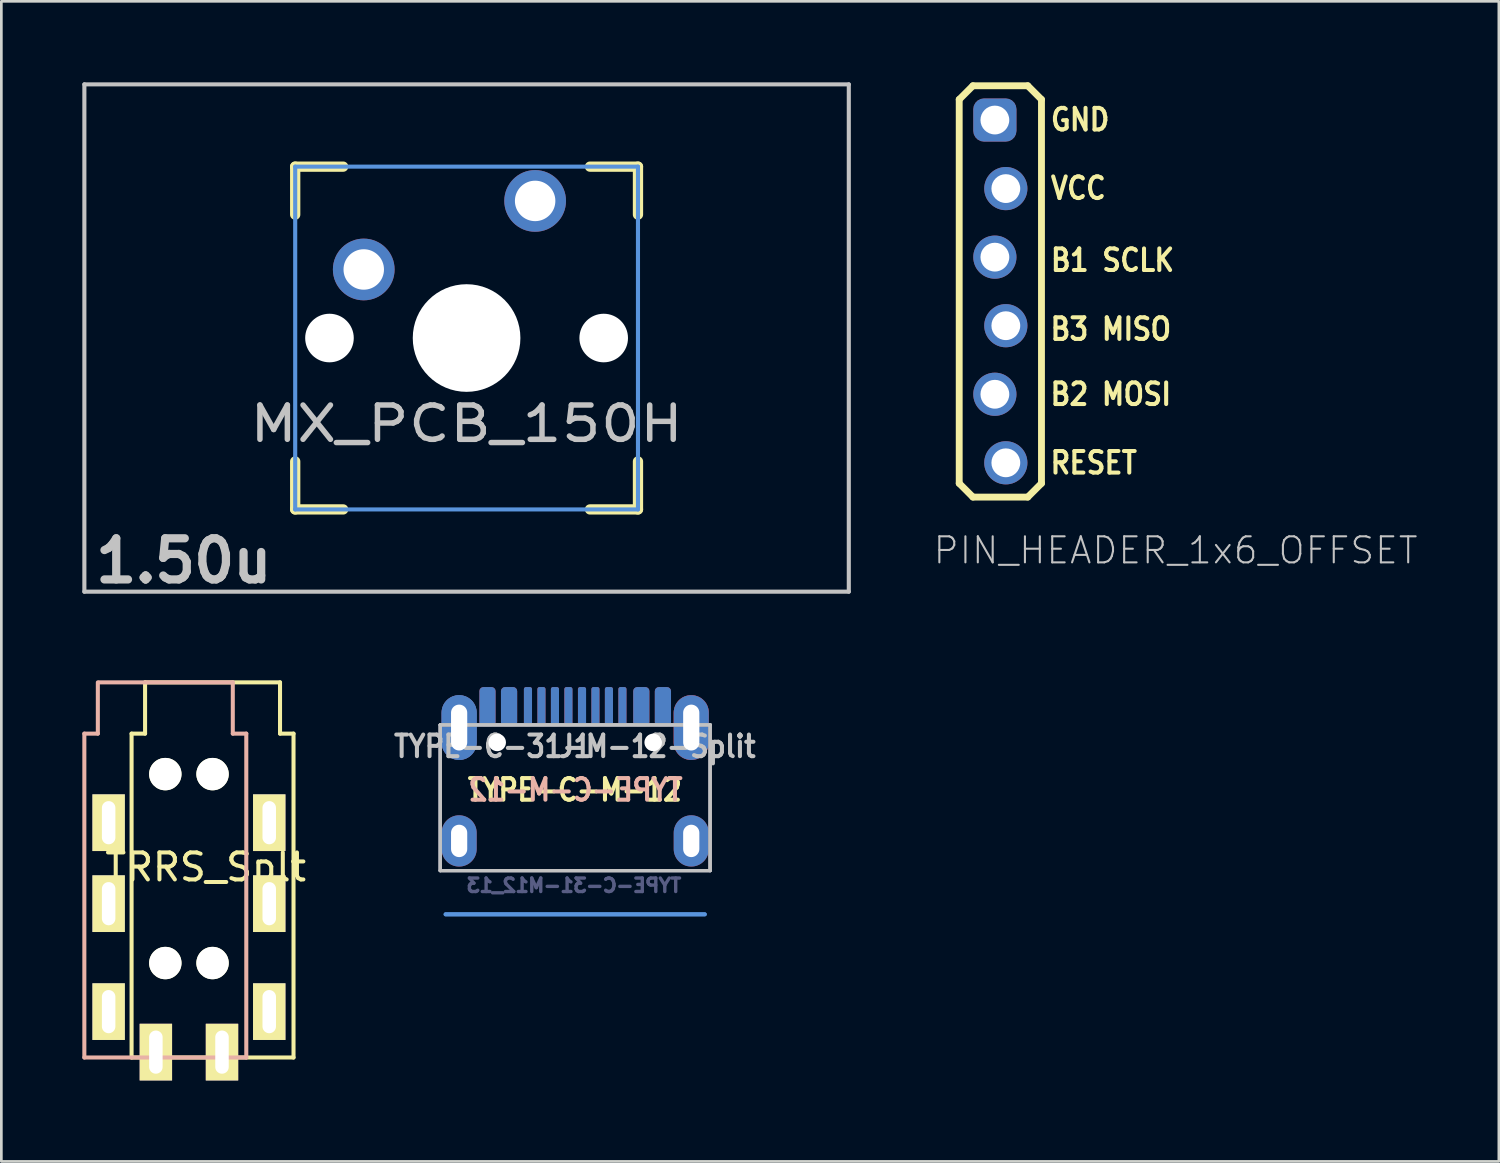
<source format=kicad_pcb>
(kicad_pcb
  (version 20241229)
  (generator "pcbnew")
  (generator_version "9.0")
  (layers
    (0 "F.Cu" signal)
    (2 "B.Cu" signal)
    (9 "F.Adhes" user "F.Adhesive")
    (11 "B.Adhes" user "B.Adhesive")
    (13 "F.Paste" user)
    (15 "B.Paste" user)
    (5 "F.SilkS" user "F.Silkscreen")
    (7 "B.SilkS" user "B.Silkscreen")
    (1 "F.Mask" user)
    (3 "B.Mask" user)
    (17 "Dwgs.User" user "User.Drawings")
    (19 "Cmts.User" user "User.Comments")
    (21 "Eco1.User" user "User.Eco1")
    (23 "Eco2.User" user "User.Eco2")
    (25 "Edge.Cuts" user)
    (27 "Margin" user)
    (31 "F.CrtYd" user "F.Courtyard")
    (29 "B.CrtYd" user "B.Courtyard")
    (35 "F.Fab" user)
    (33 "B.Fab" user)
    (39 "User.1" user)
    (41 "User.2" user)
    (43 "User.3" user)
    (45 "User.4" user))
  (footprint "MX_PCB_150H"
    (layer "F.Cu")
    (at 14.237 9.474)
    (property "Reference" "MX_PCB_150H" (at 0 3.175 0) (layer "Dwgs.User") (effects (font (size 1.27 1.524) (thickness 0.203))))
    (attr through_hole)
    (fp_line (start -6.35 -6.35) (end -4.572 -6.35) (stroke (width 0.381) (type solid)) (layer "F.SilkS"))
    (fp_line (start -6.35 -4.572) (end -6.35 -6.35) (stroke (width 0.381) (type solid)) (layer "F.SilkS"))
    (fp_line (start -6.35 6.35) (end -6.35 4.572) (stroke (width 0.381) (type solid)) (layer "F.SilkS"))
    (fp_line (start -4.572 6.35) (end -6.35 6.35) (stroke (width 0.381) (type solid)) (layer "F.SilkS"))
    (fp_line (start 4.572 -6.35) (end 6.35 -6.35) (stroke (width 0.381) (type solid)) (layer "F.SilkS"))
    (fp_line (start 6.35 -6.35) (end 6.35 -4.572) (stroke (width 0.381) (type solid)) (layer "F.SilkS"))
    (fp_line (start 6.35 4.572) (end 6.35 6.35) (stroke (width 0.381) (type solid)) (layer "F.SilkS"))
    (fp_line (start 6.35 6.35) (end 4.572 6.35) (stroke (width 0.381) (type solid)) (layer "F.SilkS"))
    (fp_line (start -14.161 -9.398) (end 14.161 -9.398) (stroke (width 0.152) (type solid)) (layer "Dwgs.User"))
    (fp_line (start -14.161 9.398) (end -14.161 -9.398) (stroke (width 0.152) (type solid)) (layer "Dwgs.User"))
    (fp_line (start 14.161 -9.398) (end 14.161 9.398) (stroke (width 0.152) (type solid)) (layer "Dwgs.User"))
    (fp_line (start 14.161 9.398) (end -14.161 9.398) (stroke (width 0.152) (type solid)) (layer "Dwgs.User"))
    (fp_line (start -6.35 -6.35) (end 6.35 -6.35) (stroke (width 0.152) (type solid)) (layer "Cmts.User"))
    (fp_line (start -6.35 6.35) (end -6.35 -6.35) (stroke (width 0.152) (type solid)) (layer "Cmts.User"))
    (fp_line (start 6.35 -6.35) (end 6.35 6.35) (stroke (width 0.152) (type solid)) (layer "Cmts.User"))
    (fp_line (start 6.35 6.35) (end -6.35 6.35) (stroke (width 0.152) (type solid)) (layer "Cmts.User"))
    (fp_line (start -6.985 -6.985) (end 6.985 -6.985) (stroke (width 0.152) (type solid)) (layer "Eco2.User"))
    (fp_line (start -6.985 6.985) (end -6.985 -6.985) (stroke (width 0.152) (type solid)) (layer "Eco2.User"))
    (fp_line (start 6.985 -6.985) (end 6.985 6.985) (stroke (width 0.152) (type solid)) (layer "Eco2.User"))
    (fp_line (start 6.985 6.985) (end -6.985 6.985) (stroke (width 0.152) (type solid)) (layer "Eco2.User"))
    (fp_text user "1.50u" (at -10.477 8.255 0) (layer "Dwgs.User") (effects (font (size 1.524 1.524) (thickness 0.305))))
    (pad "" np_thru_hole circle (at -5.08 0) (size 1.8 1.8) (drill 1.8) (layers "*.Cu" "*.Mask"))
    (pad "" np_thru_hole circle (at 0 0) (size 3.988 3.988) (drill 3.988) (layers "*.Cu" "*.Mask"))
    (pad "" np_thru_hole circle (at 5.08 0) (size 1.8 1.8) (drill 1.8) (layers "*.Cu" "*.Mask"))
    (pad "1" thru_hole circle (at 2.54 -5.08) (size 2.286 2.286) (drill 1.499) (layers "*.Cu" "*.Mask"))
    (pad "2" thru_hole circle (at -3.81 -2.54) (size 2.286 2.286) (drill 1.499) (layers "*.Cu" "*.Mask")))
  (footprint "TRRS_Splt"
    (layer "F.Cu")
    (at 4.571 31.878)
    (property "Reference" "TRRS_Splt" (at 0 -2.8 0) (layer "F.SilkS") (effects (font (size 1 1) (thickness 0.15))))
    (attr through_hole)
    (fp_line (start -2.746 -7.747) (end -2.246 -7.747) (stroke (width 0.15) (type solid)) (layer "F.SilkS"))
    (fp_line (start -2.746 4.253) (end -2.746 -7.747) (stroke (width 0.15) (type solid)) (layer "F.SilkS"))
    (fp_line (start -2.246 -9.647) (end 2.754 -9.647) (stroke (width 0.15) (type solid)) (layer "F.SilkS"))
    (fp_line (start -2.246 -7.747) (end -2.246 -9.647) (stroke (width 0.15) (type solid)) (layer "F.SilkS"))
    (fp_line (start 2.754 -7.747) (end 2.754 -9.647) (stroke (width 0.15) (type solid)) (layer "F.SilkS"))
    (fp_line (start 3.254 -7.747) (end 2.754 -7.747) (stroke (width 0.15) (type solid)) (layer "F.SilkS"))
    (fp_line (start 3.254 -7.747) (end 3.254 4.253) (stroke (width 0.15) (type solid)) (layer "F.SilkS"))
    (fp_line (start 3.254 4.253) (end -2.746 4.253) (stroke (width 0.15) (type solid)) (layer "F.SilkS"))
    (fp_line (start -4.496 -7.747) (end -3.996 -7.747) (stroke (width 0.15) (type solid)) (layer "B.SilkS"))
    (fp_line (start -4.496 4.253) (end -4.496 -7.747) (stroke (width 0.15) (type solid)) (layer "B.SilkS"))
    (fp_line (start -3.996 -7.747) (end -3.996 -9.647) (stroke (width 0.15) (type solid)) (layer "B.SilkS"))
    (fp_line (start -3.946 -9.647) (end 1.004 -9.647) (stroke (width 0.15) (type solid)) (layer "B.SilkS"))
    (fp_line (start 1.004 -7.747) (end 1.004 -9.647) (stroke (width 0.15) (type solid)) (layer "B.SilkS"))
    (fp_line (start 1.504 -7.747) (end 1.004 -7.747) (stroke (width 0.15) (type solid)) (layer "B.SilkS"))
    (fp_line (start 1.504 -7.747) (end 1.504 4.253) (stroke (width 0.15) (type solid)) (layer "B.SilkS"))
    (fp_line (start 1.504 4.253) (end -4.496 4.253) (stroke (width 0.15) (type solid)) (layer "B.SilkS"))
    (pad "" np_thru_hole circle (at -1.496 -6.247) (size 1.2 1.2) (drill 1.2) (layers "*.Cu" "*.Mask" "F.SilkS"))
    (pad "" np_thru_hole circle (at -1.496 0.753) (size 1.2 1.2) (drill 1.2) (layers "*.Cu" "*.Mask" "F.SilkS"))
    (pad "" np_thru_hole circle (at 0.254 -6.247) (size 1.2 1.2) (drill 1.2) (layers "*.Cu" "*.Mask" "F.SilkS"))
    (pad "" np_thru_hole circle (at 0.254 0.753) (size 1.2 1.2) (drill 1.2) (layers "*.Cu" "*.Mask" "F.SilkS"))
    (pad "1" thru_hole rect (at -3.596 2.553) (size 1.2 2.1) (drill oval 0.5 1.6) (layers "*.Cu" "*.Mask" "F.SilkS"))
    (pad "1" thru_hole rect (at 2.354 2.553) (size 1.2 2.1) (drill oval 0.5 1.6) (layers "*.Cu" "*.Mask" "F.SilkS"))
    (pad "2" thru_hole rect (at -3.596 -1.447) (size 1.2 2.1) (drill oval 0.5 1.6) (layers "*.Cu" "*.Mask" "F.SilkS"))
    (pad "2" thru_hole rect (at 2.354 -1.447) (size 1.2 2.1) (drill oval 0.5 1.6) (layers "*.Cu" "*.Mask" "F.SilkS"))
    (pad "3" thru_hole rect (at -3.596 -4.447) (size 1.2 2.1) (drill oval 0.5 1.6) (layers "*.Cu" "*.Mask" "F.SilkS"))
    (pad "3" thru_hole rect (at 2.354 -4.447) (size 1.2 2.1) (drill oval 0.5 1.6) (layers "*.Cu" "*.Mask" "F.SilkS"))
    (pad "4" thru_hole rect (at -1.846 4.053) (size 1.2 2.1) (drill oval 0.5 1.6) (layers "*.Cu" "*.Mask" "F.SilkS"))
    (pad "4" thru_hole rect (at 0.604 4.053) (size 1.2 2.1) (drill oval 0.5 1.6) (layers "*.Cu" "*.Mask" "F.SilkS")))
  (footprint "PIN_HEADER_1x6_OFFSET"
    (layer "F.Cu")
    (at 34.013 7.747)
    (property "Reference" "PIN_HEADER_1x6_OFFSET" (at -2.54 10.16 0) (layer "Dwgs.User") (effects (font (size 0.965 0.965) (thickness 0.077)) (justify left bottom)))
    (attr through_hole)
    (fp_line (start -1.524 -7.112) (end -1.016 -7.62) (stroke (width 0.254) (type solid)) (layer "F.SilkS"))
    (fp_line (start -1.524 7.112) (end -1.524 -7.112) (stroke (width 0.254) (type solid)) (layer "F.SilkS"))
    (fp_line (start -1.016 -7.62) (end 1.016 -7.62) (stroke (width 0.254) (type solid)) (layer "F.SilkS"))
    (fp_line (start -1.016 7.62) (end -1.524 7.112) (stroke (width 0.254) (type solid)) (layer "F.SilkS"))
    (fp_line (start 1.016 -7.62) (end 1.524 -7.112) (stroke (width 0.254) (type solid)) (layer "F.SilkS"))
    (fp_line (start 1.016 7.62) (end -1.016 7.62) (stroke (width 0.254) (type solid)) (layer "F.SilkS"))
    (fp_line (start 1.524 -7.112) (end 1.524 7.112) (stroke (width 0.254) (type solid)) (layer "F.SilkS"))
    (fp_line (start 1.524 7.112) (end 1.016 7.62) (stroke (width 0.254) (type solid)) (layer "F.SilkS"))
    (fp_text user "RESET" (at 1.778 6.35 0) (layer "F.SilkS") (effects (font (size 0.8 0.7) (thickness 0.15)) (justify left)))
    (fp_text user "B1 SCLK" (at 1.791 -1.156 0) (layer "F.SilkS") (effects (font (size 0.8 0.7) (thickness 0.15)) (justify left)))
    (fp_text user "B2 MOSI" (at 1.778 3.81 0) (layer "F.SilkS") (effects (font (size 0.8 0.7) (thickness 0.15)) (justify left)))
    (fp_text user "VCC" (at 1.791 -3.823 0) (layer "F.SilkS") (effects (font (size 0.8 0.7) (thickness 0.15)) (justify left)))
    (fp_text user "B3 MISO" (at 1.778 1.397 0) (layer "F.SilkS") (effects (font (size 0.8 0.7) (thickness 0.15)) (justify left)))
    (fp_text user "GND" (at 1.791 -6.363 0) (layer "F.SilkS") (effects (font (size 0.8 0.7) (thickness 0.15)) (justify left)))
    (pad "1" thru_hole circle (at 0.203 6.35) (size 1.6 1.6) (drill 1.067) (layers "*.Cu" "*.Mask"))
    (pad "2" thru_hole circle (at 0.203 -3.81) (size 1.6 1.6) (drill 1.067) (layers "*.Cu" "*.Mask"))
    (pad "3" thru_hole circle (at 0.203 1.27) (size 1.6 1.6) (drill 1.067) (layers "*.Cu" "*.Mask"))
    (pad "4" thru_hole circle (at -0.203 3.81) (size 1.6 1.6) (drill 1.067) (layers "*.Cu" "*.Mask"))
    (pad "5" thru_hole circle (at -0.203 -1.27) (size 1.6 1.6) (drill 1.067) (layers "*.Cu" "*.Mask"))
    (pad "6" thru_hole roundrect (at -0.203 -6.35) (size 1.6 1.6) (drill 1.067) (layers "*.Cu" "*.Mask") (roundrect_rratio 0.25)))
  (footprint "TYPE-C-31-M-12-Split"
    (layer "F.Cu")
    (at 18.261 22.406)
    (property "Reference" "TYPE-C-31-M-12-Split" (at -0.013 2.197 180) (layer "Dwgs.User") (effects (font (size 0.8 0.7) (thickness 0.15))))
    (attr through_hole)
    (fp_line (start -5 1.4) (end -5 6.8) (stroke (width 0.12) (type solid)) (layer "Dwgs.User"))
    (fp_line (start -5 1.4) (end 5 1.4) (stroke (width 0.12) (type solid)) (layer "Dwgs.User"))
    (fp_line (start -5 6.8) (end -5 1.4) (stroke (width 0.12) (type solid)) (layer "Dwgs.User"))
    (fp_line (start -5 6.8) (end 5 6.8) (stroke (width 0.12) (type solid)) (layer "Dwgs.User"))
    (fp_line (start 5 1.4) (end -5 1.4) (stroke (width 0.12) (type solid)) (layer "Dwgs.User"))
    (fp_line (start 5 1.4) (end 5 6.8) (stroke (width 0.12) (type solid)) (layer "Dwgs.User"))
    (fp_line (start 5 6.8) (end -5 6.8) (stroke (width 0.12) (type solid)) (layer "Dwgs.User"))
    (fp_line (start 5 6.8) (end 5 1.4) (stroke (width 0.12) (type solid)) (layer "Dwgs.User"))
    (fp_line (start -4.8 8.42) (end 4.8 8.42) (stroke (width 0.15) (type solid)) (layer "Cmts.User"))
    (fp_line (start 4.8 8.42) (end -4.8 8.42) (stroke (width 0.15) (type solid)) (layer "Cmts.User"))
    (fp_line (start -5 1.4) (end 5 1.4) (stroke (width 0.12) (type solid)) (layer "B.Fab"))
    (fp_line (start -5 6.8) (end -5 1.4) (stroke (width 0.12) (type solid)) (layer "B.Fab"))
    (fp_line (start 5 1.4) (end 5 6.8) (stroke (width 0.12) (type solid)) (layer "B.Fab"))
    (fp_line (start 5 6.8) (end -5 6.8) (stroke (width 0.12) (type solid)) (layer "B.Fab"))
    (fp_line (start -5 1.4) (end -5 6.8) (stroke (width 0.12) (type solid)) (layer "F.Fab"))
    (fp_line (start -5 6.8) (end 5 6.8) (stroke (width 0.12) (type solid)) (layer "F.Fab"))
    (fp_line (start 5 1.4) (end -5 1.4) (stroke (width 0.12) (type solid)) (layer "F.Fab"))
    (fp_line (start 5 6.8) (end 5 1.4) (stroke (width 0.12) (type solid)) (layer "F.Fab"))
    (fp_text user "TYPE-C-M-12" (at -0.013 3.81 0) (layer "F.SilkS") (effects (font (size 0.8 0.7) (thickness 0.15))))
    (fp_text user "TYPE-C-M-12" (at 0.013 3.81 180) (layer "B.SilkS") (effects (font (size 0.8 0.7) (thickness 0.15)) (justify mirror)))
    (fp_text user "J1" (at 0.013 2.197 0) (layer "Dwgs.User") (effects (font (size 0.8 0.7) (thickness 0.15))))
    (fp_text user "TYPE-C-31-M12_13" (at -0.05 7.35 0) (layer "B.Fab") (effects (font (size 0.5 0.5) (thickness 0.125)) (justify mirror)))
    (pad "" np_thru_hole circle (at -2.89 2.051) (size 0.65 0.65) (drill 0.65) (layers "*.Cu" "*.Mask"))
    (pad "" np_thru_hole circle (at 2.89 2.051) (size 0.65 0.65) (drill 0.65) (layers "*.Cu" "*.Mask"))
    (pad "A1a" smd roundrect (at -3.25 1.275) (size 0.6 1.45) (drill (offset 0 -0.55)) (layers "F.Cu" "F.Mask" "F.Paste") (roundrect_rratio 0.25))
    (pad "A1b" smd roundrect (at 3.25 1.275 180) (size 0.6 1.45) (drill (offset 0 0.55)) (layers "B.Cu" "B.Mask" "B.Paste") (roundrect_rratio 0.25))
    (pad "A4a" smd roundrect (at -2.45 1.275) (size 0.6 1.45) (drill (offset 0 -0.55)) (layers "F.Cu" "F.Mask" "F.Paste") (roundrect_rratio 0.25))
    (pad "A4b" smd roundrect (at 2.45 1.275 180) (size 0.6 1.45) (drill (offset 0 0.55)) (layers "B.Cu" "B.Mask" "B.Paste") (roundrect_rratio 0.25))
    (pad "A5a" smd roundrect (at -1.25 1.275) (size 0.3 1.45) (drill (offset 0 -0.55)) (layers "F.Cu" "F.Mask" "F.Paste") (roundrect_rratio 0.25))
    (pad "A5b" smd roundrect (at 1.25 1.275 180) (size 0.3 1.45) (drill (offset 0 0.55)) (layers "B.Cu" "B.Mask" "B.Paste") (roundrect_rratio 0.25))
    (pad "A6a" smd roundrect (at -0.254 1.275) (size 0.3 1.45) (drill (offset 0 -0.55)) (layers "F.Cu" "F.Mask" "F.Paste") (roundrect_rratio 0.25))
    (pad "A6b" smd roundrect (at 0.254 1.275 180) (size 0.3 1.45) (drill (offset 0 0.55)) (layers "B.Cu" "B.Mask" "B.Paste") (roundrect_rratio 0.25))
    (pad "A7a" smd roundrect (at 0.25 1.275) (size 0.3 1.45) (drill (offset 0 -0.55)) (layers "F.Cu" "F.Mask" "F.Paste") (roundrect_rratio 0.25))
    (pad "A7b" smd roundrect (at -0.25 1.275 180) (size 0.3 1.45) (drill (offset 0 0.55)) (layers "B.Cu" "B.Mask" "B.Paste") (roundrect_rratio 0.25))
    (pad "A8a" smd roundrect (at 1.25 1.275) (size 0.3 1.45) (drill (offset 0 -0.55)) (layers "F.Cu" "F.Mask" "F.Paste") (roundrect_rratio 0.25))
    (pad "A8b" smd roundrect (at -1.25 1.275 180) (size 0.3 1.45) (drill (offset 0 0.55)) (layers "B.Cu" "B.Mask" "B.Paste") (roundrect_rratio 0.25))
    (pad "B1a" smd roundrect (at 3.25 1.275) (size 0.6 1.45) (drill (offset 0 -0.55)) (layers "F.Cu" "F.Mask" "F.Paste") (roundrect_rratio 0.25))
    (pad "B1b" smd roundrect (at -3.25 1.275 180) (size 0.6 1.45) (drill (offset 0 0.55)) (layers "B.Cu" "B.Mask" "B.Paste") (roundrect_rratio 0.25))
    (pad "B4a" smd roundrect (at 2.45 1.275) (size 0.6 1.45) (drill (offset 0 -0.55)) (layers "F.Cu" "F.Mask" "F.Paste") (roundrect_rratio 0.25))
    (pad "B4b" smd roundrect (at -2.45 1.275 180) (size 0.6 1.45) (drill (offset 0 0.55)) (layers "B.Cu" "B.Mask" "B.Paste") (roundrect_rratio 0.25))
    (pad "B5a" smd roundrect (at 1.75 1.275) (size 0.3 1.45) (drill (offset 0 -0.55)) (layers "F.Cu" "F.Mask" "F.Paste") (roundrect_rratio 0.25))
    (pad "B5b" smd roundrect (at -1.75 1.275 180) (size 0.3 1.45) (drill (offset 0 0.55)) (layers "B.Cu" "B.Mask" "B.Paste") (roundrect_rratio 0.25))
    (pad "B6a" smd roundrect (at 0.75 1.275) (size 0.3 1.45) (drill (offset 0 -0.55)) (layers "F.Cu" "F.Mask" "F.Paste") (roundrect_rratio 0.25))
    (pad "B6b" smd roundrect (at -0.75 1.275 180) (size 0.3 1.45) (drill (offset 0 0.55)) (layers "B.Cu" "B.Mask" "B.Paste") (roundrect_rratio 0.25))
    (pad "B7a" smd roundrect (at -0.75 1.275) (size 0.3 1.45) (drill (offset 0 -0.55)) (layers "F.Cu" "F.Mask" "F.Paste") (roundrect_rratio 0.25))
    (pad "B7b" smd roundrect (at 0.75 1.275 180) (size 0.3 1.45) (drill (offset 0 0.55)) (layers "B.Cu" "B.Mask" "B.Paste") (roundrect_rratio 0.25))
    (pad "B8a" smd roundrect (at -1.75 1.275) (size 0.3 1.45) (drill (offset 0 -0.55)) (layers "F.Cu" "F.Mask" "F.Paste") (roundrect_rratio 0.25))
    (pad "B8b" smd roundrect (at 1.75 1.275 180) (size 0.3 1.45) (drill (offset 0 0.55)) (layers "B.Cu" "B.Mask" "B.Paste") (roundrect_rratio 0.25))
    (pad "S" thru_hole oval (at -4.3 1.5) (size 1.3 2.4) (drill oval 0.6 1.7) (layers "*.Cu" "F.Mask"))
    (pad "S" smd oval (at -4.3 1.5) (size 1.3 2.4) (layers "B.Cu" "B.Mask"))
    (pad "S" thru_hole oval (at -4.3 5.7) (size 1.3 1.9) (drill oval 0.6 1.2) (layers "*.Cu" "*.Mask"))
    (pad "S" smd oval (at 4.3 1.5 180) (size 1.3 2.4) (layers "F.Cu" "F.Mask"))
    (pad "S" thru_hole oval (at 4.3 1.5) (size 1.3 2.4) (drill oval 0.6 1.7) (layers "*.Cu" "*.Mask"))
    (pad "S" thru_hole oval (at 4.3 5.7) (size 1.3 1.9) (drill oval 0.6 1.2) (layers "*.Cu" "*.Mask")))
  (gr_rect
    (start -3 -3)
    (end 52.483 39.981)
    (stroke (width 0.1) (type default))
    (fill no)
    (layer "Edge.Cuts")))
</source>
